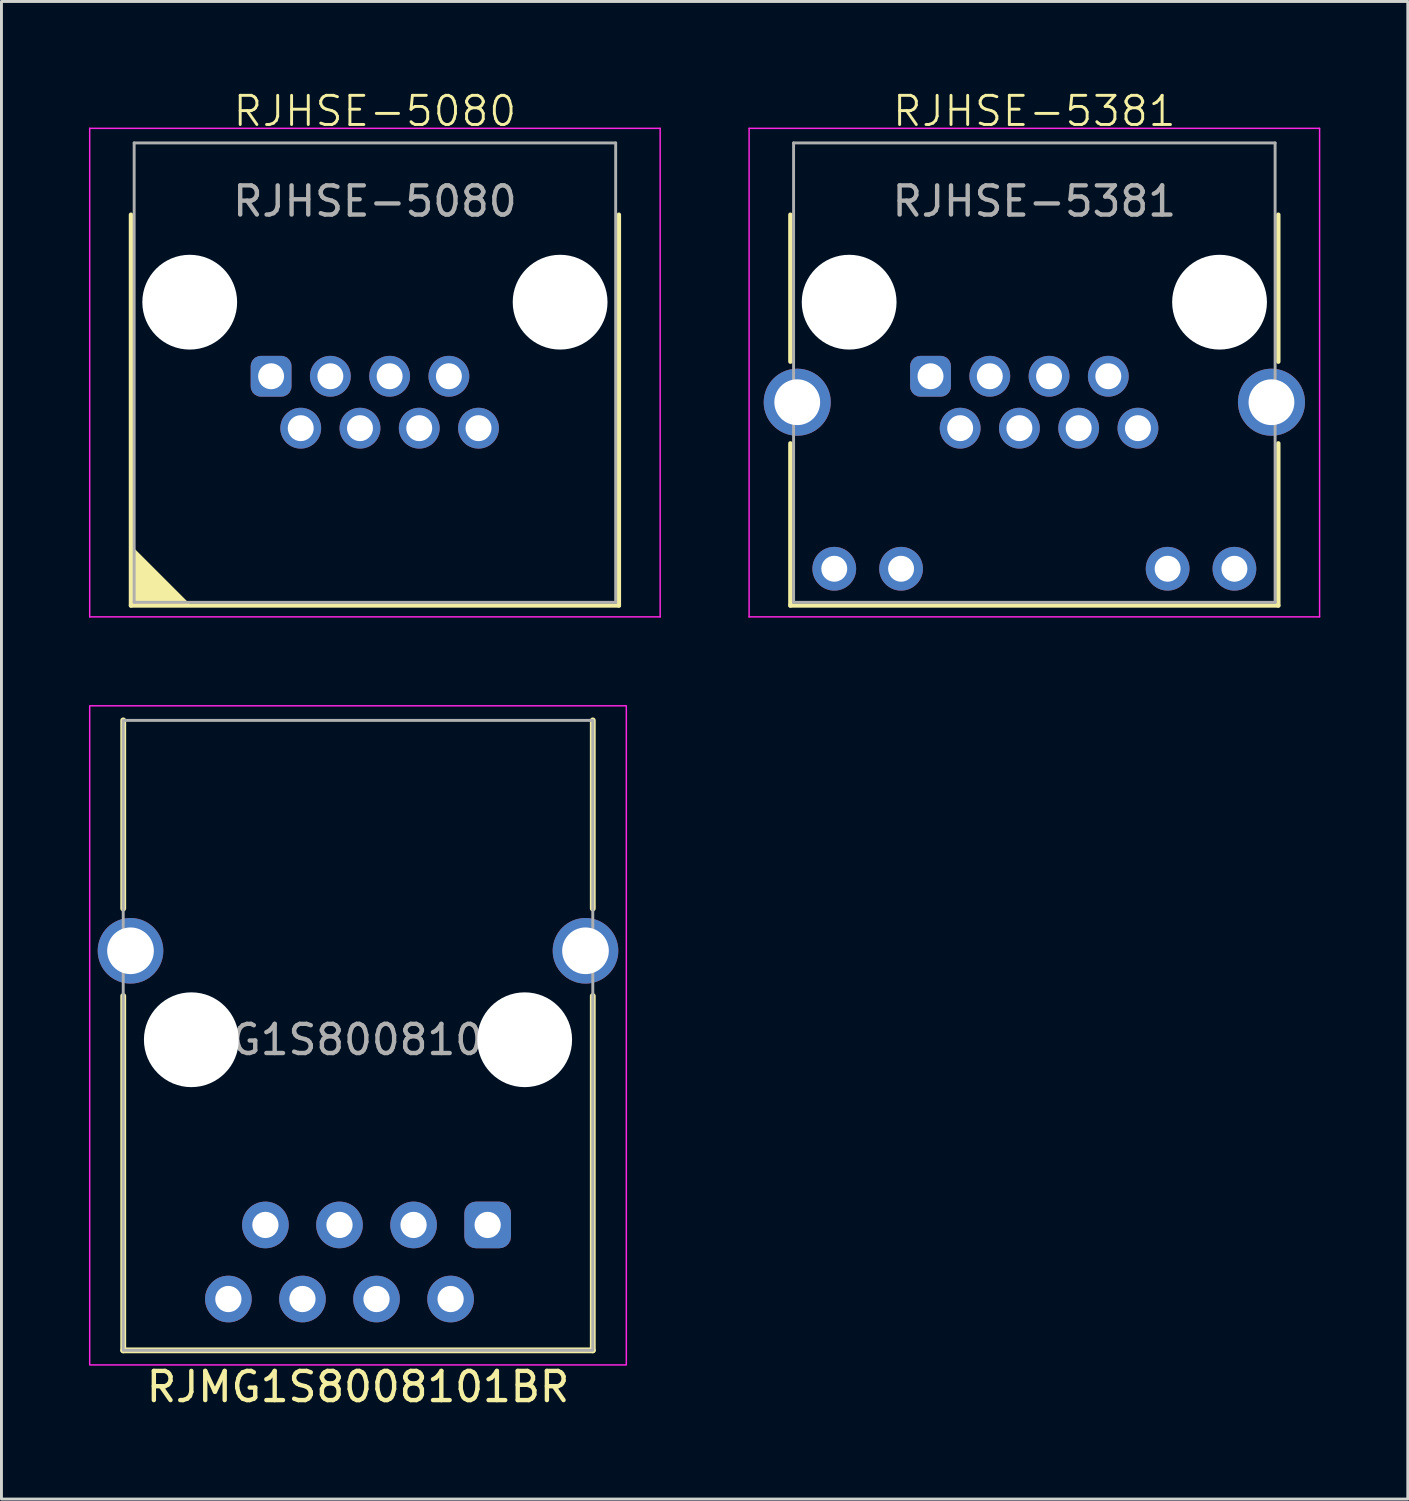
<source format=kicad_pcb>
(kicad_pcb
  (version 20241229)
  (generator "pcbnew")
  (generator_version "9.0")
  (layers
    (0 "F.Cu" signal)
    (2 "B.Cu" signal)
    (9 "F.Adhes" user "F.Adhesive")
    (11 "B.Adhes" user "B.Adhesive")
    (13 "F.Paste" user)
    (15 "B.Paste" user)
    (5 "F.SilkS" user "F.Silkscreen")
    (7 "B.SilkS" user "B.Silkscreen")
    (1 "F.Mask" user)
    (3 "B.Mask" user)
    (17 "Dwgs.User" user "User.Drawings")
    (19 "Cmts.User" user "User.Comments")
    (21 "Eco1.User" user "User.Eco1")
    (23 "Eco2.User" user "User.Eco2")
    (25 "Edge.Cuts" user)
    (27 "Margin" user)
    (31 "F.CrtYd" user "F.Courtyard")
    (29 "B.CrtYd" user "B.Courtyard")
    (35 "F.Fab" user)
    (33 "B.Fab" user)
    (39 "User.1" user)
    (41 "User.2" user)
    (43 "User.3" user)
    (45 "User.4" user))
  (footprint "RJHSE-5381"
    (layer "F.Cu")
    (at 32.415 7.311)
    (property "Reference" "RJHSE-5381" (at 0 -6.55 0) (unlocked yes) (layer "F.SilkS") (effects (font (size 1 1) (thickness 0.1))))
    (attr through_hole)
    (fp_line (start -8.365 -3) (end -8.365 2.04) (stroke (width 0.15) (type solid)) (layer "F.SilkS"))
    (fp_line (start -8.365 10.4) (end -8.365 4.84) (stroke (width 0.15) (type solid)) (layer "F.SilkS"))
    (fp_line (start -8.365 10.4) (end 8.365 10.4) (stroke (width 0.15) (type solid)) (layer "F.SilkS"))
    (fp_line (start 8.365 -3) (end 8.365 2.04) (stroke (width 0.15) (type solid)) (layer "F.SilkS"))
    (fp_line (start 8.365 10.4) (end 8.365 4.84) (stroke (width 0.15) (type solid)) (layer "F.SilkS"))
    (fp_line (start -9.78 -5.96) (end -9.78 10.79) (stroke (width 0.05) (type solid)) (layer "F.CrtYd"))
    (fp_line (start -9.78 -5.96) (end 9.78 -5.96) (stroke (width 0.05) (type solid)) (layer "F.CrtYd"))
    (fp_line (start -9.78 10.79) (end 9.78 10.79) (stroke (width 0.05) (type solid)) (layer "F.CrtYd"))
    (fp_line (start 9.78 -5.96) (end 9.78 10.79) (stroke (width 0.05) (type solid)) (layer "F.CrtYd"))
    (fp_line (start -8.255 -5.46) (end -8.255 10.29) (stroke (width 0.1) (type solid)) (layer "F.Fab"))
    (fp_line (start -8.255 -5.46) (end 8.255 -5.46) (stroke (width 0.1) (type solid)) (layer "F.Fab"))
    (fp_line (start -8.255 10.29) (end 8.255 10.29) (stroke (width 0.1) (type solid)) (layer "F.Fab"))
    (fp_line (start 8.255 -5.46) (end 8.255 10.29) (stroke (width 0.1) (type solid)) (layer "F.Fab"))
    (fp_text user "${REFERENCE}" (at 0 -3.46 0) (layer "F.Fab") (effects (font (size 1 1) (thickness 0.15))))
    (pad "" np_thru_hole circle (at -6.35 0) (size 3.25 3.25) (drill 3.25) (layers "*.Cu" "*.Mask"))
    (pad "" np_thru_hole circle (at 6.35 0) (size 3.25 3.25) (drill 3.25) (layers "*.Cu" "*.Mask"))
    (pad "1" thru_hole roundrect (at -3.56 2.54) (size 1.4 1.4) (drill 0.89) (layers "*.Cu" "*.Mask") (roundrect_rratio 0.25))
    (pad "2" thru_hole circle (at -2.544 4.32) (size 1.4 1.4) (drill 0.89) (layers "*.Cu" "*.Mask"))
    (pad "3" thru_hole circle (at -1.528 2.54) (size 1.4 1.4) (drill 0.89) (layers "*.Cu" "*.Mask"))
    (pad "4" thru_hole circle (at -0.512 4.32) (size 1.4 1.4) (drill 0.89) (layers "*.Cu" "*.Mask"))
    (pad "5" thru_hole circle (at 0.504 2.54) (size 1.4 1.4) (drill 0.89) (layers "*.Cu" "*.Mask"))
    (pad "6" thru_hole circle (at 1.52 4.32) (size 1.4 1.4) (drill 0.89) (layers "*.Cu" "*.Mask"))
    (pad "7" thru_hole circle (at 2.536 2.54) (size 1.4 1.4) (drill 0.89) (layers "*.Cu" "*.Mask"))
    (pad "8" thru_hole circle (at 3.552 4.32) (size 1.4 1.4) (drill 0.89) (layers "*.Cu" "*.Mask"))
    (pad "9" thru_hole circle (at -6.86 9.14) (size 1.5 1.5) (drill 0.89) (layers "*.Cu" "*.Mask"))
    (pad "10" thru_hole circle (at -4.57 9.14) (size 1.5 1.5) (drill 0.89) (layers "*.Cu" "*.Mask"))
    (pad "11" thru_hole circle (at 4.57 9.14) (size 1.5 1.5) (drill 0.89) (layers "*.Cu" "*.Mask"))
    (pad "12" thru_hole circle (at 6.86 9.14) (size 1.5 1.5) (drill 0.89) (layers "*.Cu" "*.Mask"))
    (pad "S" thru_hole circle (at -8.13 3.43) (size 2.3 2.3) (drill 1.57) (layers "*.Cu" "*.Mask"))
    (pad "S" thru_hole circle (at 8.13 3.43) (size 2.3 2.3) (drill 1.57) (layers "*.Cu" "*.Mask")))
  (footprint "RJMG1S8008101BR"
    (layer "F.Cu")
    (at 9.225 32.6)
    (property "Reference" "RJMG1S8008101BR" (at 0 11.9 0) (unlocked yes) (layer "F.SilkS") (effects (font (size 1 1) (thickness 0.15))))
    (attr through_hole)
    (fp_line (start -8.05 -10.95) (end -8.05 -4.5) (stroke (width 0.2) (type solid)) (layer "F.SilkS"))
    (fp_line (start -8.05 10.65) (end -8.05 -1.5) (stroke (width 0.2) (type solid)) (layer "F.SilkS"))
    (fp_line (start -8.05 10.65) (end 8.05 10.65) (stroke (width 0.2) (type solid)) (layer "F.SilkS"))
    (fp_line (start 8.05 -10.95) (end 8.05 -4.5) (stroke (width 0.2) (type solid)) (layer "F.SilkS"))
    (fp_line (start 8.05 10.65) (end 8.05 -1.5) (stroke (width 0.2) (type solid)) (layer "F.SilkS"))
    (fp_rect (start -9.2 -11.45) (end 9.2 11.15) (stroke (width 0.05) (type solid)) (fill no) (layer "F.CrtYd"))
    (fp_rect (start -8.05 10.65) (end 8.05 -10.95) (stroke (width 0.1) (type solid)) (fill no) (layer "F.Fab"))
    (fp_text user "${REFERENCE}" (at 0 0 0) (unlocked yes) (layer "F.Fab") (effects (font (size 1 1) (thickness 0.15))))
    (pad "" np_thru_hole circle (at -5.715 0) (size 3.25 3.25) (drill 3.25) (layers "*.Cu" "*.Mask"))
    (pad "" np_thru_hole circle (at 5.715 0) (size 3.25 3.25) (drill 3.25) (layers "*.Cu" "*.Mask"))
    (pad "1" thru_hole roundrect (at 4.445 6.35) (size 1.6 1.6) (drill 0.9) (layers "*.Cu" "*.Mask") (roundrect_rratio 0.25))
    (pad "2" thru_hole circle (at 3.175 8.89) (size 1.6 1.6) (drill 0.9) (layers "*.Cu" "*.Mask"))
    (pad "3" thru_hole circle (at 1.905 6.35) (size 1.6 1.6) (drill 0.9) (layers "*.Cu" "*.Mask"))
    (pad "4" thru_hole circle (at 0.635 8.89) (size 1.6 1.6) (drill 0.9) (layers "*.Cu" "*.Mask"))
    (pad "5" thru_hole circle (at -0.635 6.35) (size 1.6 1.6) (drill 0.9) (layers "*.Cu" "*.Mask"))
    (pad "6" thru_hole circle (at -1.905 8.89) (size 1.6 1.6) (drill 0.9) (layers "*.Cu" "*.Mask"))
    (pad "7" thru_hole circle (at -3.175 6.35) (size 1.6 1.6) (drill 0.9) (layers "*.Cu" "*.Mask"))
    (pad "8" thru_hole circle (at -4.445 8.89) (size 1.6 1.6) (drill 0.9) (layers "*.Cu" "*.Mask"))
    (pad "9" thru_hole circle (at -7.8 -3.05) (size 2.25 2.25) (drill 1.6) (layers "*.Cu" "*.Mask"))
    (pad "9" thru_hole circle (at 7.8 -3.05) (size 2.25 2.25) (drill 1.6) (layers "*.Cu" "*.Mask")))
  (footprint "RJHSE-5080"
    (layer "F.Cu")
    (at 9.805 7.311)
    (property "Reference" "RJHSE-5080" (at 0 -6.55 0) (unlocked yes) (layer "F.SilkS") (effects (font (size 1 1) (thickness 0.1))))
    (attr through_hole)
    (fp_line (start -8.365 -3) (end -8.365 10.4) (stroke (width 0.15) (type solid)) (layer "F.SilkS"))
    (fp_line (start -8.365 10.4) (end 8.365 10.4) (stroke (width 0.15) (type solid)) (layer "F.SilkS"))
    (fp_line (start 8.365 -3) (end 8.365 10.4) (stroke (width 0.15) (type solid)) (layer "F.SilkS"))
    (fp_poly (pts (xy -8.365 10.4) (xy -8.365 8.4) (xy -6.365 10.4)) (stroke (width 0.1) (type solid)) (fill yes) (layer "F.SilkS"))
    (fp_line (start -9.78 -5.96) (end -9.78 10.79) (stroke (width 0.05) (type solid)) (layer "F.CrtYd"))
    (fp_line (start -9.78 -5.96) (end 9.78 -5.96) (stroke (width 0.05) (type solid)) (layer "F.CrtYd"))
    (fp_line (start -9.78 10.79) (end 9.78 10.79) (stroke (width 0.05) (type solid)) (layer "F.CrtYd"))
    (fp_line (start 9.78 -5.96) (end 9.78 10.79) (stroke (width 0.05) (type solid)) (layer "F.CrtYd"))
    (fp_line (start -8.255 -5.46) (end -8.255 10.29) (stroke (width 0.1) (type solid)) (layer "F.Fab"))
    (fp_line (start -8.255 -5.46) (end 8.255 -5.46) (stroke (width 0.1) (type solid)) (layer "F.Fab"))
    (fp_line (start -8.255 10.29) (end 8.255 10.29) (stroke (width 0.1) (type solid)) (layer "F.Fab"))
    (fp_line (start 8.255 -5.46) (end 8.255 10.29) (stroke (width 0.1) (type solid)) (layer "F.Fab"))
    (fp_text user "${REFERENCE}" (at 0 -3.46 0) (layer "F.Fab") (effects (font (size 1 1) (thickness 0.15))))
    (pad "" np_thru_hole circle (at -6.35 0) (size 3.25 3.25) (drill 3.25) (layers "*.Cu" "*.Mask"))
    (pad "" np_thru_hole circle (at 6.35 0) (size 3.25 3.25) (drill 3.25) (layers "*.Cu" "*.Mask"))
    (pad "1" thru_hole roundrect (at -3.56 2.54) (size 1.4 1.4) (drill 0.89) (layers "*.Cu" "*.Mask") (roundrect_rratio 0.25))
    (pad "2" thru_hole circle (at -2.544 4.32) (size 1.4 1.4) (drill 0.89) (layers "*.Cu" "*.Mask"))
    (pad "3" thru_hole circle (at -1.528 2.54) (size 1.4 1.4) (drill 0.89) (layers "*.Cu" "*.Mask"))
    (pad "4" thru_hole circle (at -0.512 4.32) (size 1.4 1.4) (drill 0.89) (layers "*.Cu" "*.Mask"))
    (pad "5" thru_hole circle (at 0.504 2.54) (size 1.4 1.4) (drill 0.89) (layers "*.Cu" "*.Mask"))
    (pad "6" thru_hole circle (at 1.52 4.32) (size 1.4 1.4) (drill 0.89) (layers "*.Cu" "*.Mask"))
    (pad "7" thru_hole circle (at 2.536 2.54) (size 1.4 1.4) (drill 0.89) (layers "*.Cu" "*.Mask"))
    (pad "8" thru_hole circle (at 3.552 4.32) (size 1.4 1.4) (drill 0.89) (layers "*.Cu" "*.Mask")))
  (gr_rect
    (start -3 -3)
    (end 45.22 48.349)
    (stroke (width 0.1) (type default))
    (fill no)
    (layer "Edge.Cuts")))
</source>
